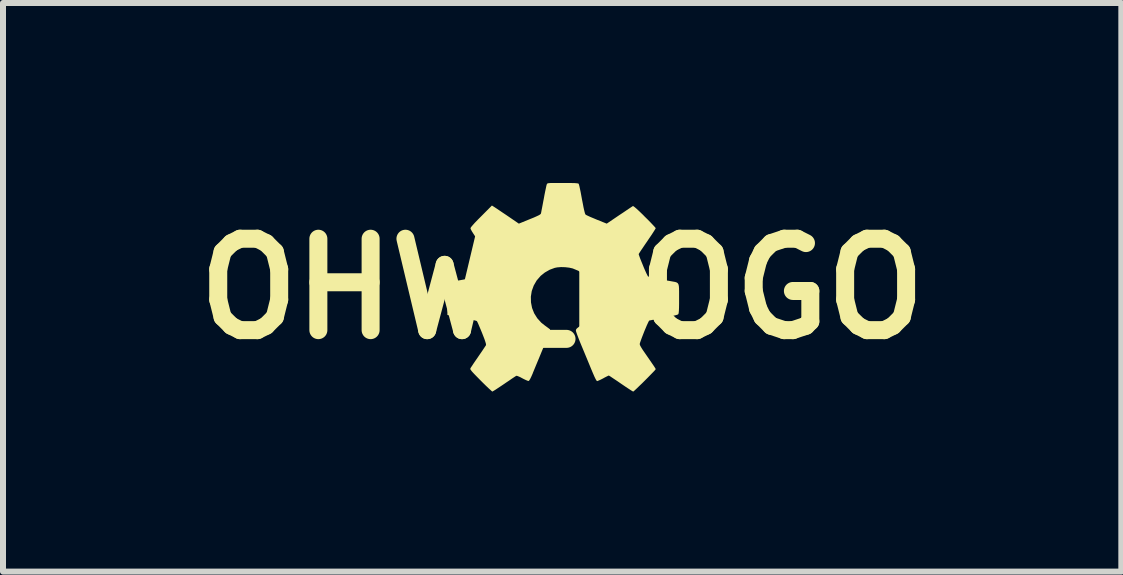
<source format=kicad_pcb>
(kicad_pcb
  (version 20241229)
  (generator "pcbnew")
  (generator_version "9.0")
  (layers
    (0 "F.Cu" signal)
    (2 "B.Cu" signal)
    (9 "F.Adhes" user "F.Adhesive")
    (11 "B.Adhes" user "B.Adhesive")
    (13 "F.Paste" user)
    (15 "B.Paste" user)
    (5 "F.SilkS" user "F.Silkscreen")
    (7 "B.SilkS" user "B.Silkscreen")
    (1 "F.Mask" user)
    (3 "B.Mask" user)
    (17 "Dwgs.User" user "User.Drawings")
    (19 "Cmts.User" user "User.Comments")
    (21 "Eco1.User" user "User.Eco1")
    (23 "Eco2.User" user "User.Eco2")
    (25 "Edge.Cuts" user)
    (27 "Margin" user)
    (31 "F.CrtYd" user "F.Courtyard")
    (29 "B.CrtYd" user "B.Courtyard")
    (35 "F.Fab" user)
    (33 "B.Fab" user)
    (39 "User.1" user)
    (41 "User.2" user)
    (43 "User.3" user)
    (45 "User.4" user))
  (footprint "OHW_LOGO"
    (layer "F.Cu")
    (at 6.321 1.764)
    (property "Reference" "OHW_LOGO" (at 0 0 0) (layer "F.SilkS") (effects (font (size 1.524 1.524) (thickness 0.3))))
    (attr board_only exclude_from_pos_files exclude_from_bom)
    (fp_poly (pts (xy 0.094 -1.764) (xy 0.16 -1.763) (xy 0.209 -1.762) (xy 0.243 -1.759) (xy 0.265 -1.756) (xy 0.274 -1.752) (xy 0.274 -1.752) (xy 0.28 -1.737) (xy 0.288 -1.707) (xy 0.297 -1.664) (xy 0.308 -1.612) (xy 0.313 -1.585) (xy 0.33 -1.492) (xy 0.345 -1.416) (xy 0.356 -1.357) (xy 0.366 -1.313) (xy 0.374 -1.28) (xy 0.38 -1.258) (xy 0.386 -1.244) (xy 0.391 -1.236) (xy 0.391 -1.236) (xy 0.405 -1.228) (xy 0.434 -1.214) (xy 0.476 -1.195) (xy 0.527 -1.174) (xy 0.574 -1.154) (xy 0.743 -1.086) (xy 0.954 -1.229) (xy 1.013 -1.268) (xy 1.066 -1.304) (xy 1.112 -1.335) (xy 1.148 -1.359) (xy 1.171 -1.374) (xy 1.178 -1.379) (xy 1.189 -1.376) (xy 1.21 -1.36) (xy 1.244 -1.331) (xy 1.29 -1.288) (xy 1.349 -1.231) (xy 1.375 -1.204) (xy 1.426 -1.154) (xy 1.471 -1.108) (xy 1.508 -1.069) (xy 1.537 -1.038) (xy 1.555 -1.017) (xy 1.559 -1.01) (xy 1.554 -0.999) (xy 1.538 -0.973) (xy 1.514 -0.935) (xy 1.483 -0.888) (xy 1.446 -0.834) (xy 1.42 -0.795) (xy 1.38 -0.737) (xy 1.345 -0.685) (xy 1.315 -0.641) (xy 1.293 -0.607) (xy 1.279 -0.585) (xy 1.276 -0.579) (xy 1.278 -0.567) (xy 1.288 -0.539) (xy 1.302 -0.5) (xy 1.321 -0.453) (xy 1.342 -0.402) (xy 1.363 -0.35) (xy 1.384 -0.302) (xy 1.403 -0.26) (xy 1.419 -0.228) (xy 1.428 -0.21) (xy 1.43 -0.208) (xy 1.445 -0.201) (xy 1.481 -0.191) (xy 1.535 -0.179) (xy 1.609 -0.164) (xy 1.701 -0.146) (xy 1.805 -0.128) (xy 1.849 -0.12) (xy 1.883 -0.114) (xy 1.908 -0.106) (xy 1.926 -0.094) (xy 1.938 -0.075) (xy 1.945 -0.047) (xy 1.948 -0.007) (xy 1.949 0.046) (xy 1.949 0.117) (xy 1.949 0.162) (xy 1.949 0.247) (xy 1.948 0.313) (xy 1.946 0.362) (xy 1.943 0.396) (xy 1.939 0.416) (xy 1.936 0.423) (xy 1.923 0.431) (xy 1.894 0.44) (xy 1.847 0.451) (xy 1.782 0.465) (xy 1.698 0.481) (xy 1.694 0.482) (xy 1.628 0.495) (xy 1.567 0.506) (xy 1.517 0.516) (xy 1.479 0.524) (xy 1.456 0.528) (xy 1.452 0.53) (xy 1.444 0.54) (xy 1.431 0.567) (xy 1.413 0.605) (xy 1.393 0.653) (xy 1.371 0.705) (xy 1.35 0.759) (xy 1.33 0.81) (xy 1.313 0.856) (xy 1.3 0.893) (xy 1.293 0.918) (xy 1.293 0.924) (xy 1.298 0.941) (xy 1.313 0.97) (xy 1.335 1.006) (xy 1.347 1.024) (xy 1.405 1.108) (xy 1.452 1.176) (xy 1.489 1.23) (xy 1.518 1.272) (xy 1.538 1.302) (xy 1.551 1.323) (xy 1.558 1.335) (xy 1.559 1.34) (xy 1.552 1.35) (xy 1.533 1.372) (xy 1.503 1.403) (xy 1.466 1.441) (xy 1.424 1.484) (xy 1.379 1.529) (xy 1.334 1.574) (xy 1.29 1.616) (xy 1.251 1.654) (xy 1.219 1.684) (xy 1.196 1.705) (xy 1.185 1.713) (xy 1.184 1.713) (xy 1.173 1.708) (xy 1.147 1.692) (xy 1.11 1.668) (xy 1.063 1.637) (xy 1.01 1.601) (xy 0.979 1.58) (xy 0.924 1.542) (xy 0.873 1.508) (xy 0.831 1.48) (xy 0.8 1.459) (xy 0.781 1.448) (xy 0.777 1.446) (xy 0.765 1.451) (xy 0.74 1.463) (xy 0.705 1.481) (xy 0.684 1.493) (xy 0.645 1.513) (xy 0.612 1.528) (xy 0.589 1.537) (xy 0.583 1.539) (xy 0.573 1.531) (xy 0.558 1.506) (xy 0.538 1.465) (xy 0.512 1.405) (xy 0.487 1.346) (xy 0.457 1.273) (xy 0.422 1.188) (xy 0.385 1.099) (xy 0.349 1.012) (xy 0.321 0.945) (xy 0.295 0.882) (xy 0.272 0.823) (xy 0.253 0.773) (xy 0.239 0.734) (xy 0.231 0.709) (xy 0.23 0.704) (xy 0.229 0.688) (xy 0.234 0.675) (xy 0.246 0.66) (xy 0.27 0.641) (xy 0.307 0.613) (xy 0.308 0.613) (xy 0.391 0.543) (xy 0.456 0.464) (xy 0.502 0.378) (xy 0.531 0.281) (xy 0.541 0.2) (xy 0.537 0.096) (xy 0.515 -0.003) (xy 0.476 -0.093) (xy 0.421 -0.175) (xy 0.352 -0.244) (xy 0.27 -0.3) (xy 0.176 -0.339) (xy 0.119 -0.352) (xy 0.051 -0.36) (xy -0.018 -0.362) (xy -0.082 -0.357) (xy -0.123 -0.349) (xy -0.207 -0.318) (xy -0.288 -0.272) (xy -0.357 -0.217) (xy -0.358 -0.216) (xy -0.425 -0.139) (xy -0.474 -0.054) (xy -0.507 0.037) (xy -0.522 0.131) (xy -0.52 0.226) (xy -0.502 0.319) (xy -0.467 0.408) (xy -0.415 0.491) (xy -0.348 0.565) (xy -0.298 0.605) (xy -0.264 0.63) (xy -0.234 0.652) (xy -0.214 0.667) (xy -0.213 0.668) (xy -0.209 0.671) (xy -0.205 0.673) (xy -0.203 0.677) (xy -0.202 0.683) (xy -0.203 0.692) (xy -0.206 0.707) (xy -0.213 0.727) (xy -0.223 0.755) (xy -0.237 0.792) (xy -0.256 0.839) (xy -0.279 0.897) (xy -0.308 0.967) (xy -0.343 1.051) (xy -0.384 1.151) (xy -0.432 1.266) (xy -0.487 1.399) (xy -0.491 1.411) (xy -0.514 1.463) (xy -0.534 1.504) (xy -0.55 1.529) (xy -0.559 1.537) (xy -0.574 1.534) (xy -0.603 1.522) (xy -0.639 1.505) (xy -0.662 1.493) (xy -0.701 1.472) (xy -0.734 1.458) (xy -0.756 1.45) (xy -0.762 1.45) (xy -0.774 1.456) (xy -0.8 1.473) (xy -0.838 1.498) (xy -0.884 1.53) (xy -0.938 1.566) (xy -0.964 1.584) (xy -1.019 1.621) (xy -1.069 1.654) (xy -1.111 1.682) (xy -1.142 1.701) (xy -1.161 1.712) (xy -1.164 1.713) (xy -1.174 1.706) (xy -1.196 1.686) (xy -1.229 1.656) (xy -1.27 1.617) (xy -1.317 1.571) (xy -1.358 1.53) (xy -1.414 1.473) (xy -1.458 1.428) (xy -1.489 1.395) (xy -1.511 1.37) (xy -1.524 1.352) (xy -1.531 1.34) (xy -1.531 1.331) (xy -1.529 1.325) (xy -1.52 1.31) (xy -1.501 1.282) (xy -1.475 1.242) (xy -1.442 1.194) (xy -1.406 1.142) (xy -1.4 1.133) (xy -1.363 1.079) (xy -1.33 1.031) (xy -1.303 0.99) (xy -1.283 0.96) (xy -1.272 0.944) (xy -1.271 0.942) (xy -1.269 0.931) (xy -1.272 0.912) (xy -1.281 0.882) (xy -1.295 0.84) (xy -1.317 0.783) (xy -1.335 0.737) (xy -1.359 0.679) (xy -1.381 0.627) (xy -1.399 0.584) (xy -1.413 0.554) (xy -1.421 0.54) (xy -1.422 0.539) (xy -1.435 0.533) (xy -1.466 0.525) (xy -1.509 0.514) (xy -1.562 0.503) (xy -1.612 0.493) (xy -1.675 0.481) (xy -1.736 0.47) (xy -1.79 0.459) (xy -1.832 0.451) (xy -1.852 0.448) (xy -1.913 0.436) (xy -1.916 0.172) (xy -1.919 -0.093) (xy -1.895 -0.102) (xy -1.879 -0.107) (xy -1.845 -0.114) (xy -1.798 -0.124) (xy -1.74 -0.136) (xy -1.676 -0.148) (xy -1.647 -0.153) (xy -1.581 -0.166) (xy -1.522 -0.178) (xy -1.472 -0.189) (xy -1.435 -0.198) (xy -1.413 -0.205) (xy -1.409 -0.207) (xy -1.401 -0.221) (xy -1.387 -0.25) (xy -1.368 -0.291) (xy -1.345 -0.342) (xy -1.323 -0.394) (xy -1.296 -0.456) (xy -1.277 -0.503) (xy -1.265 -0.539) (xy -1.261 -0.568) (xy -1.264 -0.593) (xy -1.275 -0.619) (xy -1.295 -0.65) (xy -1.323 -0.689) (xy -1.336 -0.708) (xy -1.396 -0.792) (xy -1.443 -0.862) (xy -1.479 -0.917) (xy -1.505 -0.958) (xy -1.521 -0.988) (xy -1.528 -1.006) (xy -1.528 -1.009) (xy -1.521 -1.025) (xy -1.497 -1.054) (xy -1.459 -1.097) (xy -1.405 -1.153) (xy -1.349 -1.209) (xy -1.171 -1.388) (xy -1.139 -1.368) (xy -1.122 -1.357) (xy -1.09 -1.336) (xy -1.047 -1.307) (xy -0.997 -1.273) (xy -0.94 -1.235) (xy -0.915 -1.218) (xy -0.722 -1.086) (xy -0.541 -1.16) (xy -0.474 -1.187) (xy -0.425 -1.209) (xy -0.391 -1.225) (xy -0.369 -1.238) (xy -0.357 -1.249) (xy -0.354 -1.255) (xy -0.35 -1.272) (xy -0.344 -1.305) (xy -0.335 -1.351) (xy -0.324 -1.409) (xy -0.312 -1.473) (xy -0.307 -1.498) (xy -0.295 -1.564) (xy -0.283 -1.624) (xy -0.272 -1.675) (xy -0.264 -1.714) (xy -0.258 -1.737) (xy -0.256 -1.741) (xy -0.253 -1.748) (xy -0.248 -1.754) (xy -0.239 -1.758) (xy -0.223 -1.761) (xy -0.198 -1.763) (xy -0.161 -1.764) (xy -0.11 -1.764) (xy -0.043 -1.764) (xy 0.009 -1.764)) (stroke (width 0) (type solid)) (fill yes) (layer "F.SilkS")))
  (gr_rect
    (start -3 -3)
    (end 15.642 6.478)
    (stroke (width 0.1) (type default))
    (fill no)
    (layer "Edge.Cuts")))
</source>
